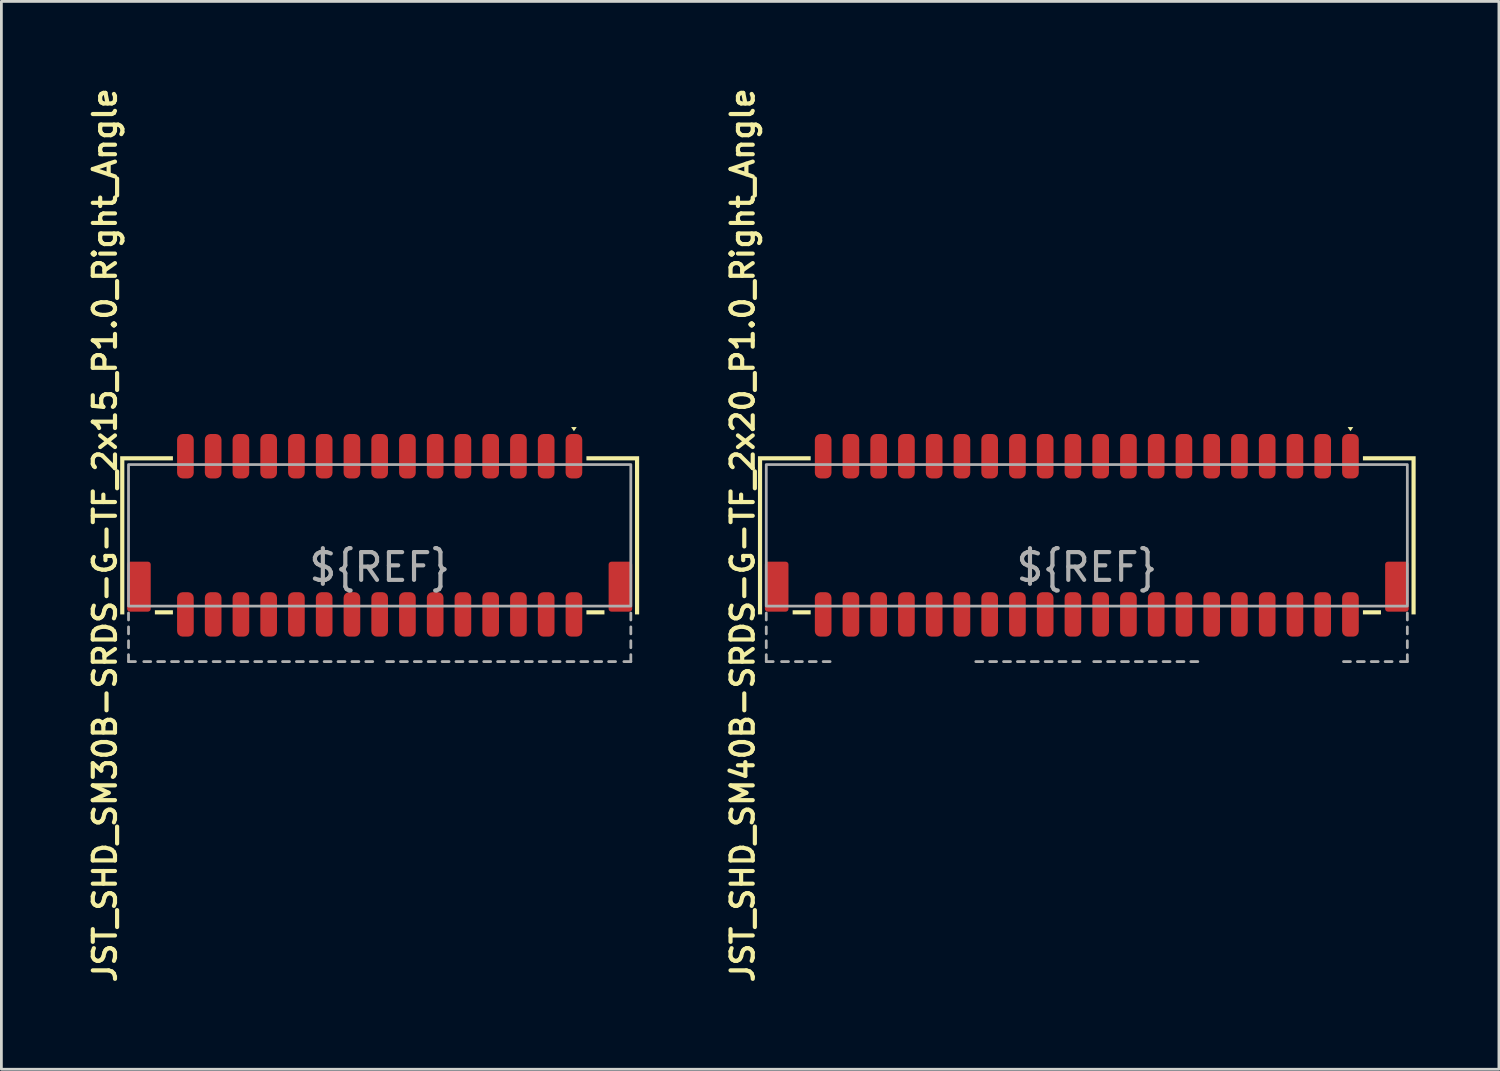
<source format=kicad_pcb>
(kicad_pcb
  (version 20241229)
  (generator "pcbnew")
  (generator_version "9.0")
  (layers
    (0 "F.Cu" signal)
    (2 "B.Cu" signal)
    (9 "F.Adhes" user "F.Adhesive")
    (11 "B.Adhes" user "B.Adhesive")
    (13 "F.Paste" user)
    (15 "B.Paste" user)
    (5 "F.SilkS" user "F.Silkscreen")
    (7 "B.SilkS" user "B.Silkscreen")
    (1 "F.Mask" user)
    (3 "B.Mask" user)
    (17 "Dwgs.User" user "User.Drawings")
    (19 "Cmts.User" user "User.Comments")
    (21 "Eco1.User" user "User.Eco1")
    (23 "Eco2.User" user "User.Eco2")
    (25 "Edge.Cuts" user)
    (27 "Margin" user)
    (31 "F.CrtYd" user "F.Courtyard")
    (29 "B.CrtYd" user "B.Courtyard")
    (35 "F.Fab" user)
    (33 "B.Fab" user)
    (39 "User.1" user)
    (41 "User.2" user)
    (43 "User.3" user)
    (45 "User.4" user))
  (footprint "JST_SHD_SM30B-SRDS-G-TF_2x15_P1.0_Right_Angle"
    (layer "F.Cu")
    (at 10.631 16.24)
    (property "Reference" "JST_SHD_SM30B-SRDS-G-TF_2x15_P1.0_Right_Angle" (at -9.9 0 90) (unlocked yes) (layer "F.SilkS") (effects (font (size 0.8 0.8) (thickness 0.15))))
    (attr through_hole)
    (fp_poly (pts (xy 7 -3.75) (xy 6.9 -3.9) (xy 7.1 -3.9)) (stroke (width 0) (type solid)) (fill yes) (layer "F.SilkS"))
    (fp_poly (pts (xy -7.45 2.85) (xy -8.1 2.85) (xy -8.1 2.7) (xy -7.45 2.7)) (stroke (width 0) (type solid)) (fill yes) (layer "F.SilkS"))
    (fp_poly (pts (xy 8.1 2.85) (xy 7.45 2.85) (xy 7.45 2.7) (xy 8.1 2.7)) (stroke (width 0) (type solid)) (fill yes) (layer "F.SilkS"))
    (fp_poly (pts (xy -9.35 2.85) (xy -9.2 2.85) (xy -9.2 -2.7) (xy -7.45 -2.7) (xy -7.45 -2.85) (xy -9.35 -2.85)) (stroke (width 0) (type solid)) (fill yes) (layer "F.SilkS"))
    (fp_poly (pts (xy 9.35 2.85) (xy 9.2 2.85) (xy 9.2 -2.7) (xy 7.45 -2.7) (xy 7.45 -2.85) (xy 9.35 -2.85)) (stroke (width 0) (type solid)) (fill yes) (layer "F.SilkS"))
    (fp_line (start -9.05 2.8) (end -9.05 3.05) (stroke (width 0.1) (type solid)) (layer "F.Fab"))
    (fp_line (start -9.05 3.3) (end -9.05 3.55) (stroke (width 0.1) (type solid)) (layer "F.Fab"))
    (fp_line (start -9.05 3.8) (end -9.05 4.05) (stroke (width 0.1) (type solid)) (layer "F.Fab"))
    (fp_line (start -9.05 4.3) (end -9.05 4.55) (stroke (width 0.1) (type solid)) (layer "F.Fab"))
    (fp_line (start -9.05 4.55) (end -8.8 4.55) (stroke (width 0.1) (type solid)) (layer "F.Fab"))
    (fp_line (start -8.5 4.55) (end -8.25 4.55) (stroke (width 0.1) (type solid)) (layer "F.Fab"))
    (fp_line (start -8 4.55) (end -7.75 4.55) (stroke (width 0.1) (type solid)) (layer "F.Fab"))
    (fp_line (start -7.5 4.55) (end -7.25 4.55) (stroke (width 0.1) (type solid)) (layer "F.Fab"))
    (fp_line (start -7 4.55) (end -6.75 4.55) (stroke (width 0.1) (type solid)) (layer "F.Fab"))
    (fp_line (start -6.5 4.55) (end -6.25 4.55) (stroke (width 0.1) (type solid)) (layer "F.Fab"))
    (fp_line (start -6 4.55) (end -5.75 4.55) (stroke (width 0.1) (type solid)) (layer "F.Fab"))
    (fp_line (start -5.5 4.55) (end -5.25 4.55) (stroke (width 0.1) (type solid)) (layer "F.Fab"))
    (fp_line (start -5 4.55) (end -4.75 4.55) (stroke (width 0.1) (type solid)) (layer "F.Fab"))
    (fp_line (start -4.5 4.55) (end -4.25 4.55) (stroke (width 0.1) (type solid)) (layer "F.Fab"))
    (fp_line (start -4 4.55) (end -3.75 4.55) (stroke (width 0.1) (type solid)) (layer "F.Fab"))
    (fp_line (start -3.5 4.55) (end -3.25 4.55) (stroke (width 0.1) (type solid)) (layer "F.Fab"))
    (fp_line (start -3 4.55) (end -2.75 4.55) (stroke (width 0.1) (type solid)) (layer "F.Fab"))
    (fp_line (start -2.5 4.55) (end -2.25 4.55) (stroke (width 0.1) (type solid)) (layer "F.Fab"))
    (fp_line (start -2 4.55) (end -1.75 4.55) (stroke (width 0.1) (type solid)) (layer "F.Fab"))
    (fp_line (start -1.5 4.55) (end -1.25 4.55) (stroke (width 0.1) (type solid)) (layer "F.Fab"))
    (fp_line (start -1 4.55) (end -0.75 4.55) (stroke (width 0.1) (type solid)) (layer "F.Fab"))
    (fp_line (start -0.5 4.55) (end -0.25 4.55) (stroke (width 0.1) (type solid)) (layer "F.Fab"))
    (fp_line (start 0.25 4.55) (end 0.5 4.55) (stroke (width 0.1) (type solid)) (layer "F.Fab"))
    (fp_line (start 0.75 4.55) (end 1 4.55) (stroke (width 0.1) (type solid)) (layer "F.Fab"))
    (fp_line (start 1.25 4.55) (end 1.5 4.55) (stroke (width 0.1) (type solid)) (layer "F.Fab"))
    (fp_line (start 1.75 4.55) (end 2 4.55) (stroke (width 0.1) (type solid)) (layer "F.Fab"))
    (fp_line (start 2.25 4.55) (end 2.5 4.55) (stroke (width 0.1) (type solid)) (layer "F.Fab"))
    (fp_line (start 2.75 4.55) (end 3 4.55) (stroke (width 0.1) (type solid)) (layer "F.Fab"))
    (fp_line (start 3.25 4.55) (end 3.5 4.55) (stroke (width 0.1) (type solid)) (layer "F.Fab"))
    (fp_line (start 3.75 4.55) (end 4 4.55) (stroke (width 0.1) (type solid)) (layer "F.Fab"))
    (fp_line (start 4.25 4.55) (end 4.5 4.55) (stroke (width 0.1) (type solid)) (layer "F.Fab"))
    (fp_line (start 4.75 4.55) (end 5 4.55) (stroke (width 0.1) (type solid)) (layer "F.Fab"))
    (fp_line (start 5.25 4.55) (end 5.5 4.55) (stroke (width 0.1) (type solid)) (layer "F.Fab"))
    (fp_line (start 5.75 4.55) (end 6 4.55) (stroke (width 0.1) (type solid)) (layer "F.Fab"))
    (fp_line (start 6.25 4.55) (end 6.5 4.55) (stroke (width 0.1) (type solid)) (layer "F.Fab"))
    (fp_line (start 6.75 4.55) (end 7 4.55) (stroke (width 0.1) (type solid)) (layer "F.Fab"))
    (fp_line (start 7.25 4.55) (end 7.5 4.55) (stroke (width 0.1) (type solid)) (layer "F.Fab"))
    (fp_line (start 7.75 4.55) (end 8 4.55) (stroke (width 0.1) (type solid)) (layer "F.Fab"))
    (fp_line (start 8.25 4.55) (end 8.5 4.55) (stroke (width 0.1) (type solid)) (layer "F.Fab"))
    (fp_line (start 9.05 2.8) (end 9.05 3.05) (stroke (width 0.1) (type solid)) (layer "F.Fab"))
    (fp_line (start 9.05 3.3) (end 9.05 3.55) (stroke (width 0.1) (type solid)) (layer "F.Fab"))
    (fp_line (start 9.05 3.8) (end 9.05 4.05) (stroke (width 0.1) (type solid)) (layer "F.Fab"))
    (fp_line (start 9.05 4.3) (end 9.05 4.55) (stroke (width 0.1) (type solid)) (layer "F.Fab"))
    (fp_line (start 9.05 4.55) (end 8.8 4.55) (stroke (width 0.1) (type solid)) (layer "F.Fab"))
    (fp_rect (start -9.05 2.55) (end 9.05 -2.55) (stroke (width 0.1) (type solid)) (fill no) (layer "F.Fab"))
    (fp_text user "${REF}" (at 0 1.15 0) (unlocked yes) (layer "F.Fab") (effects (font (size 1 1) (thickness 0.15))))
    (pad "1" smd roundrect (at 7 -2.85) (size 0.6 1.6) (layers "F.Cu" "F.Mask" "F.Paste") (roundrect_rratio 0.333))
    (pad "2" smd roundrect (at 7 2.85) (size 0.6 1.6) (layers "F.Cu" "F.Mask" "F.Paste") (roundrect_rratio 0.333))
    (pad "3" smd roundrect (at 6 -2.85) (size 0.6 1.6) (layers "F.Cu" "F.Mask" "F.Paste") (roundrect_rratio 0.333))
    (pad "4" smd roundrect (at 6 2.85) (size 0.6 1.6) (layers "F.Cu" "F.Mask" "F.Paste") (roundrect_rratio 0.333))
    (pad "5" smd roundrect (at 5 -2.85) (size 0.6 1.6) (layers "F.Cu" "F.Mask" "F.Paste") (roundrect_rratio 0.333))
    (pad "6" smd roundrect (at 5 2.85) (size 0.6 1.6) (layers "F.Cu" "F.Mask" "F.Paste") (roundrect_rratio 0.333))
    (pad "7" smd roundrect (at 4 -2.85) (size 0.6 1.6) (layers "F.Cu" "F.Mask" "F.Paste") (roundrect_rratio 0.333))
    (pad "8" smd roundrect (at 4 2.85) (size 0.6 1.6) (layers "F.Cu" "F.Mask" "F.Paste") (roundrect_rratio 0.333))
    (pad "9" smd roundrect (at 3 -2.85) (size 0.6 1.6) (layers "F.Cu" "F.Mask" "F.Paste") (roundrect_rratio 0.333))
    (pad "10" smd roundrect (at 3 2.85) (size 0.6 1.6) (layers "F.Cu" "F.Mask" "F.Paste") (roundrect_rratio 0.333))
    (pad "11" smd roundrect (at 2 -2.85) (size 0.6 1.6) (layers "F.Cu" "F.Mask" "F.Paste") (roundrect_rratio 0.333))
    (pad "12" smd roundrect (at 2 2.85) (size 0.6 1.6) (layers "F.Cu" "F.Mask" "F.Paste") (roundrect_rratio 0.333))
    (pad "13" smd roundrect (at 1 -2.85) (size 0.6 1.6) (layers "F.Cu" "F.Mask" "F.Paste") (roundrect_rratio 0.333))
    (pad "14" smd roundrect (at 1 2.85) (size 0.6 1.6) (layers "F.Cu" "F.Mask" "F.Paste") (roundrect_rratio 0.333))
    (pad "15" smd roundrect (at 0 -2.85) (size 0.6 1.6) (layers "F.Cu" "F.Mask" "F.Paste") (roundrect_rratio 0.333))
    (pad "16" smd roundrect (at 0 2.85) (size 0.6 1.6) (layers "F.Cu" "F.Mask" "F.Paste") (roundrect_rratio 0.333))
    (pad "17" smd roundrect (at -1 -2.85) (size 0.6 1.6) (layers "F.Cu" "F.Mask" "F.Paste") (roundrect_rratio 0.333))
    (pad "18" smd roundrect (at -1 2.85) (size 0.6 1.6) (layers "F.Cu" "F.Mask" "F.Paste") (roundrect_rratio 0.333))
    (pad "19" smd roundrect (at -2 -2.85) (size 0.6 1.6) (layers "F.Cu" "F.Mask" "F.Paste") (roundrect_rratio 0.333))
    (pad "20" smd roundrect (at -2 2.85) (size 0.6 1.6) (layers "F.Cu" "F.Mask" "F.Paste") (roundrect_rratio 0.333))
    (pad "21" smd roundrect (at -3 -2.85) (size 0.6 1.6) (layers "F.Cu" "F.Mask" "F.Paste") (roundrect_rratio 0.333))
    (pad "22" smd roundrect (at -3 2.85) (size 0.6 1.6) (layers "F.Cu" "F.Mask" "F.Paste") (roundrect_rratio 0.333))
    (pad "23" smd roundrect (at -4 -2.85) (size 0.6 1.6) (layers "F.Cu" "F.Mask" "F.Paste") (roundrect_rratio 0.333))
    (pad "24" smd roundrect (at -4 2.85) (size 0.6 1.6) (layers "F.Cu" "F.Mask" "F.Paste") (roundrect_rratio 0.333))
    (pad "25" smd roundrect (at -5 -2.85) (size 0.6 1.6) (layers "F.Cu" "F.Mask" "F.Paste") (roundrect_rratio 0.333))
    (pad "26" smd roundrect (at -5 2.85) (size 0.6 1.6) (layers "F.Cu" "F.Mask" "F.Paste") (roundrect_rratio 0.333))
    (pad "27" smd roundrect (at -6 -2.85) (size 0.6 1.6) (layers "F.Cu" "F.Mask" "F.Paste") (roundrect_rratio 0.333))
    (pad "28" smd roundrect (at -6 2.85) (size 0.6 1.6) (layers "F.Cu" "F.Mask" "F.Paste") (roundrect_rratio 0.333))
    (pad "29" smd roundrect (at -7 -2.85) (size 0.6 1.6) (layers "F.Cu" "F.Mask" "F.Paste") (roundrect_rratio 0.333))
    (pad "30" smd roundrect (at -7 2.85) (size 0.6 1.6) (layers "F.Cu" "F.Mask" "F.Paste") (roundrect_rratio 0.333))
    (pad "MP" smd roundrect (at -8.675 1.85) (size 0.85 1.8) (layers "F.Cu" "F.Mask" "F.Paste") (roundrect_rratio 0.118))
    (pad "MP" smd roundrect (at 8.675 1.85) (size 0.85 1.8) (layers "F.Cu" "F.Mask" "F.Paste") (roundrect_rratio 0.118)))
  (footprint "JST_SHD_SM40B-SRDS-G-TF_2x20_P1.0_Right_Angle"
    (layer "F.Cu")
    (at 36.112 16.24)
    (property "Reference" "JST_SHD_SM40B-SRDS-G-TF_2x20_P1.0_Right_Angle" (at -12.4 0 90) (unlocked yes) (layer "F.SilkS") (effects (font (size 0.8 0.8) (thickness 0.15))))
    (attr through_hole)
    (fp_poly (pts (xy 9.5 -3.75) (xy 9.4 -3.9) (xy 9.6 -3.9)) (stroke (width 0) (type solid)) (fill yes) (layer "F.SilkS"))
    (fp_poly (pts (xy -9.95 2.85) (xy -10.6 2.85) (xy -10.6 2.7) (xy -9.95 2.7)) (stroke (width 0) (type solid)) (fill yes) (layer "F.SilkS"))
    (fp_poly (pts (xy 10.6 2.85) (xy 9.95 2.85) (xy 9.95 2.7) (xy 10.6 2.7)) (stroke (width 0) (type solid)) (fill yes) (layer "F.SilkS"))
    (fp_poly (pts (xy -11.85 2.85) (xy -11.7 2.85) (xy -11.7 -2.7) (xy -9.95 -2.7) (xy -9.95 -2.85) (xy -11.85 -2.85)) (stroke (width 0) (type solid)) (fill yes) (layer "F.SilkS"))
    (fp_poly (pts (xy 11.85 2.85) (xy 11.7 2.85) (xy 11.7 -2.7) (xy 9.95 -2.7) (xy 9.95 -2.85) (xy 11.85 -2.85)) (stroke (width 0) (type solid)) (fill yes) (layer "F.SilkS"))
    (fp_line (start -11.55 2.8) (end -11.55 3.05) (stroke (width 0.1) (type solid)) (layer "F.Fab"))
    (fp_line (start -11.55 3.3) (end -11.55 3.55) (stroke (width 0.1) (type solid)) (layer "F.Fab"))
    (fp_line (start -11.55 3.8) (end -11.55 4.05) (stroke (width 0.1) (type solid)) (layer "F.Fab"))
    (fp_line (start -11.55 4.3) (end -11.55 4.55) (stroke (width 0.1) (type solid)) (layer "F.Fab"))
    (fp_line (start -11.55 4.55) (end -11.3 4.55) (stroke (width 0.1) (type solid)) (layer "F.Fab"))
    (fp_line (start -11 4.55) (end -10.75 4.55) (stroke (width 0.1) (type solid)) (layer "F.Fab"))
    (fp_line (start -10.5 4.55) (end -10.25 4.55) (stroke (width 0.1) (type solid)) (layer "F.Fab"))
    (fp_line (start -10 4.55) (end -9.75 4.55) (stroke (width 0.1) (type solid)) (layer "F.Fab"))
    (fp_line (start -9.5 4.55) (end -9.25 4.55) (stroke (width 0.1) (type solid)) (layer "F.Fab"))
    (fp_line (start -4 4.55) (end -3.75 4.55) (stroke (width 0.1) (type solid)) (layer "F.Fab"))
    (fp_line (start -3.5 4.55) (end -3.25 4.55) (stroke (width 0.1) (type solid)) (layer "F.Fab"))
    (fp_line (start -3 4.55) (end -2.75 4.55) (stroke (width 0.1) (type solid)) (layer "F.Fab"))
    (fp_line (start -2.5 4.55) (end -2.25 4.55) (stroke (width 0.1) (type solid)) (layer "F.Fab"))
    (fp_line (start -2 4.55) (end -1.75 4.55) (stroke (width 0.1) (type solid)) (layer "F.Fab"))
    (fp_line (start -1.5 4.55) (end -1.25 4.55) (stroke (width 0.1) (type solid)) (layer "F.Fab"))
    (fp_line (start -1 4.55) (end -0.75 4.55) (stroke (width 0.1) (type solid)) (layer "F.Fab"))
    (fp_line (start -0.5 4.55) (end -0.25 4.55) (stroke (width 0.1) (type solid)) (layer "F.Fab"))
    (fp_line (start 0.25 4.55) (end 0.5 4.55) (stroke (width 0.1) (type solid)) (layer "F.Fab"))
    (fp_line (start 0.75 4.55) (end 1 4.55) (stroke (width 0.1) (type solid)) (layer "F.Fab"))
    (fp_line (start 1.25 4.55) (end 1.5 4.55) (stroke (width 0.1) (type solid)) (layer "F.Fab"))
    (fp_line (start 1.75 4.55) (end 2 4.55) (stroke (width 0.1) (type solid)) (layer "F.Fab"))
    (fp_line (start 2.25 4.55) (end 2.5 4.55) (stroke (width 0.1) (type solid)) (layer "F.Fab"))
    (fp_line (start 2.75 4.55) (end 3 4.55) (stroke (width 0.1) (type solid)) (layer "F.Fab"))
    (fp_line (start 3.25 4.55) (end 3.5 4.55) (stroke (width 0.1) (type solid)) (layer "F.Fab"))
    (fp_line (start 3.75 4.55) (end 4 4.55) (stroke (width 0.1) (type solid)) (layer "F.Fab"))
    (fp_line (start 9.25 4.55) (end 9.5 4.55) (stroke (width 0.1) (type solid)) (layer "F.Fab"))
    (fp_line (start 9.75 4.55) (end 10 4.55) (stroke (width 0.1) (type solid)) (layer "F.Fab"))
    (fp_line (start 10.25 4.55) (end 10.5 4.55) (stroke (width 0.1) (type solid)) (layer "F.Fab"))
    (fp_line (start 10.75 4.55) (end 11 4.55) (stroke (width 0.1) (type solid)) (layer "F.Fab"))
    (fp_line (start 11.55 2.8) (end 11.55 3.05) (stroke (width 0.1) (type solid)) (layer "F.Fab"))
    (fp_line (start 11.55 3.3) (end 11.55 3.55) (stroke (width 0.1) (type solid)) (layer "F.Fab"))
    (fp_line (start 11.55 3.8) (end 11.55 4.05) (stroke (width 0.1) (type solid)) (layer "F.Fab"))
    (fp_line (start 11.55 4.3) (end 11.55 4.55) (stroke (width 0.1) (type solid)) (layer "F.Fab"))
    (fp_line (start 11.55 4.55) (end 11.3 4.55) (stroke (width 0.1) (type solid)) (layer "F.Fab"))
    (fp_rect (start -11.55 2.55) (end 11.55 -2.55) (stroke (width 0.1) (type solid)) (fill no) (layer "F.Fab"))
    (fp_text user "${REF}" (at 0 1.15 0) (unlocked yes) (layer "F.Fab") (effects (font (size 1 1) (thickness 0.15))))
    (pad "1" smd roundrect (at 9.5 -2.85) (size 0.6 1.6) (layers "F.Cu" "F.Mask" "F.Paste") (roundrect_rratio 0.333))
    (pad "2" smd roundrect (at 9.5 2.85) (size 0.6 1.6) (layers "F.Cu" "F.Mask" "F.Paste") (roundrect_rratio 0.333))
    (pad "3" smd roundrect (at 8.5 -2.85) (size 0.6 1.6) (layers "F.Cu" "F.Mask" "F.Paste") (roundrect_rratio 0.333))
    (pad "4" smd roundrect (at 8.5 2.85) (size 0.6 1.6) (layers "F.Cu" "F.Mask" "F.Paste") (roundrect_rratio 0.333))
    (pad "5" smd roundrect (at 7.5 -2.85) (size 0.6 1.6) (layers "F.Cu" "F.Mask" "F.Paste") (roundrect_rratio 0.333))
    (pad "6" smd roundrect (at 7.5 2.85) (size 0.6 1.6) (layers "F.Cu" "F.Mask" "F.Paste") (roundrect_rratio 0.333))
    (pad "7" smd roundrect (at 6.5 -2.85) (size 0.6 1.6) (layers "F.Cu" "F.Mask" "F.Paste") (roundrect_rratio 0.333))
    (pad "8" smd roundrect (at 6.5 2.85) (size 0.6 1.6) (layers "F.Cu" "F.Mask" "F.Paste") (roundrect_rratio 0.333))
    (pad "9" smd roundrect (at 5.5 -2.85) (size 0.6 1.6) (layers "F.Cu" "F.Mask" "F.Paste") (roundrect_rratio 0.333))
    (pad "10" smd roundrect (at 5.5 2.85) (size 0.6 1.6) (layers "F.Cu" "F.Mask" "F.Paste") (roundrect_rratio 0.333))
    (pad "11" smd roundrect (at 4.5 -2.85) (size 0.6 1.6) (layers "F.Cu" "F.Mask" "F.Paste") (roundrect_rratio 0.333))
    (pad "12" smd roundrect (at 4.5 2.85) (size 0.6 1.6) (layers "F.Cu" "F.Mask" "F.Paste") (roundrect_rratio 0.333))
    (pad "13" smd roundrect (at 3.5 -2.85) (size 0.6 1.6) (layers "F.Cu" "F.Mask" "F.Paste") (roundrect_rratio 0.333))
    (pad "14" smd roundrect (at 3.5 2.85) (size 0.6 1.6) (layers "F.Cu" "F.Mask" "F.Paste") (roundrect_rratio 0.333))
    (pad "15" smd roundrect (at 2.5 -2.85) (size 0.6 1.6) (layers "F.Cu" "F.Mask" "F.Paste") (roundrect_rratio 0.333))
    (pad "16" smd roundrect (at 2.5 2.85) (size 0.6 1.6) (layers "F.Cu" "F.Mask" "F.Paste") (roundrect_rratio 0.333))
    (pad "17" smd roundrect (at 1.5 -2.85) (size 0.6 1.6) (layers "F.Cu" "F.Mask" "F.Paste") (roundrect_rratio 0.333))
    (pad "18" smd roundrect (at 1.5 2.85) (size 0.6 1.6) (layers "F.Cu" "F.Mask" "F.Paste") (roundrect_rratio 0.333))
    (pad "19" smd roundrect (at 0.5 -2.85) (size 0.6 1.6) (layers "F.Cu" "F.Mask" "F.Paste") (roundrect_rratio 0.333))
    (pad "20" smd roundrect (at 0.5 2.85) (size 0.6 1.6) (layers "F.Cu" "F.Mask" "F.Paste") (roundrect_rratio 0.333))
    (pad "21" smd roundrect (at -0.5 -2.85) (size 0.6 1.6) (layers "F.Cu" "F.Mask" "F.Paste") (roundrect_rratio 0.333))
    (pad "22" smd roundrect (at -0.5 2.85) (size 0.6 1.6) (layers "F.Cu" "F.Mask" "F.Paste") (roundrect_rratio 0.333))
    (pad "23" smd roundrect (at -1.5 -2.85) (size 0.6 1.6) (layers "F.Cu" "F.Mask" "F.Paste") (roundrect_rratio 0.333))
    (pad "24" smd roundrect (at -1.5 2.85) (size 0.6 1.6) (layers "F.Cu" "F.Mask" "F.Paste") (roundrect_rratio 0.333))
    (pad "25" smd roundrect (at -2.5 -2.85) (size 0.6 1.6) (layers "F.Cu" "F.Mask" "F.Paste") (roundrect_rratio 0.333))
    (pad "26" smd roundrect (at -2.5 2.85) (size 0.6 1.6) (layers "F.Cu" "F.Mask" "F.Paste") (roundrect_rratio 0.333))
    (pad "27" smd roundrect (at -3.5 -2.85) (size 0.6 1.6) (layers "F.Cu" "F.Mask" "F.Paste") (roundrect_rratio 0.333))
    (pad "28" smd roundrect (at -3.5 2.85) (size 0.6 1.6) (layers "F.Cu" "F.Mask" "F.Paste") (roundrect_rratio 0.333))
    (pad "29" smd roundrect (at -4.5 -2.85) (size 0.6 1.6) (layers "F.Cu" "F.Mask" "F.Paste") (roundrect_rratio 0.333))
    (pad "30" smd roundrect (at -4.5 2.85) (size 0.6 1.6) (layers "F.Cu" "F.Mask" "F.Paste") (roundrect_rratio 0.333))
    (pad "31" smd roundrect (at -5.5 -2.85) (size 0.6 1.6) (layers "F.Cu" "F.Mask" "F.Paste") (roundrect_rratio 0.333))
    (pad "32" smd roundrect (at -5.5 2.85) (size 0.6 1.6) (layers "F.Cu" "F.Mask" "F.Paste") (roundrect_rratio 0.333))
    (pad "33" smd roundrect (at -6.5 -2.85) (size 0.6 1.6) (layers "F.Cu" "F.Mask" "F.Paste") (roundrect_rratio 0.333))
    (pad "34" smd roundrect (at -6.5 2.85) (size 0.6 1.6) (layers "F.Cu" "F.Mask" "F.Paste") (roundrect_rratio 0.333))
    (pad "35" smd roundrect (at -7.5 -2.85) (size 0.6 1.6) (layers "F.Cu" "F.Mask" "F.Paste") (roundrect_rratio 0.333))
    (pad "36" smd roundrect (at -7.5 2.85) (size 0.6 1.6) (layers "F.Cu" "F.Mask" "F.Paste") (roundrect_rratio 0.333))
    (pad "37" smd roundrect (at -8.5 -2.85) (size 0.6 1.6) (layers "F.Cu" "F.Mask" "F.Paste") (roundrect_rratio 0.333))
    (pad "38" smd roundrect (at -8.5 2.85) (size 0.6 1.6) (layers "F.Cu" "F.Mask" "F.Paste") (roundrect_rratio 0.333))
    (pad "39" smd roundrect (at -9.5 -2.85) (size 0.6 1.6) (layers "F.Cu" "F.Mask" "F.Paste") (roundrect_rratio 0.333))
    (pad "40" smd roundrect (at -9.5 2.85) (size 0.6 1.6) (layers "F.Cu" "F.Mask" "F.Paste") (roundrect_rratio 0.333))
    (pad "MP" smd roundrect (at -11.175 1.85) (size 0.85 1.8) (layers "F.Cu" "F.Mask" "F.Paste") (roundrect_rratio 0.118))
    (pad "MP" smd roundrect (at 11.175 1.85) (size 0.85 1.8) (layers "F.Cu" "F.Mask" "F.Paste") (roundrect_rratio 0.118)))
  (gr_rect
    (start -3 -3)
    (end 50.962 35.48)
    (stroke (width 0.1) (type default))
    (fill no)
    (layer "Edge.Cuts")))
</source>
